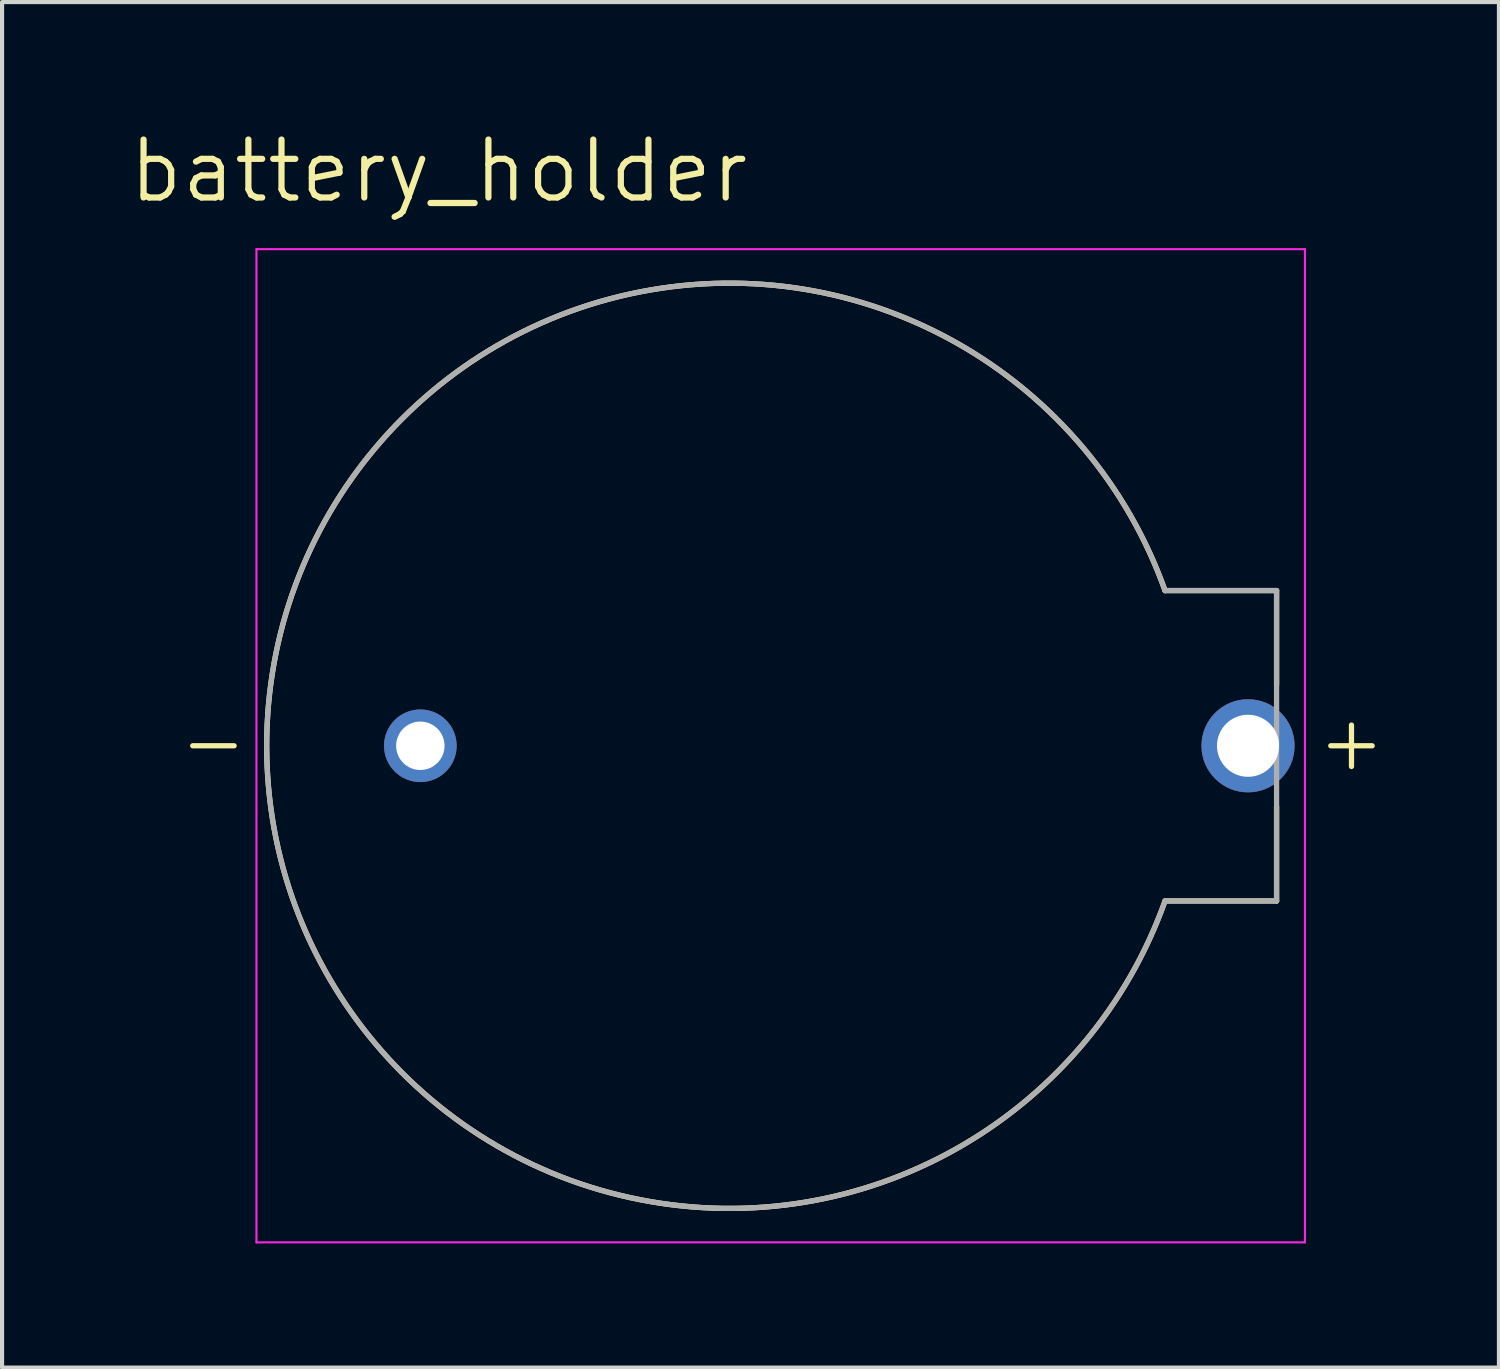
<source format=kicad_pcb>
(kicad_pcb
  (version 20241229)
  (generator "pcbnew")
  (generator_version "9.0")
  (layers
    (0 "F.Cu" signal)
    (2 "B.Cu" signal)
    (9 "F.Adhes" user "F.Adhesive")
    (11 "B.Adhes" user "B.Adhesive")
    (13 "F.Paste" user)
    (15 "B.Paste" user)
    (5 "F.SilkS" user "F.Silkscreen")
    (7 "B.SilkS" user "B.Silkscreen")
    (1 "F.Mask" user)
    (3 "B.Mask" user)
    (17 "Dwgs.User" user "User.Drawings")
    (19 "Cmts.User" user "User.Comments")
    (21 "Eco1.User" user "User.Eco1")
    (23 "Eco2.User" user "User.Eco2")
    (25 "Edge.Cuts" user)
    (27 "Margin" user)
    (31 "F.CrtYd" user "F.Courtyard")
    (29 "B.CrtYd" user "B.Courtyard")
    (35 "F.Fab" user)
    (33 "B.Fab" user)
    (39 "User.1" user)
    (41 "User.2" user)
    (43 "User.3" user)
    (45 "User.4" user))
  (footprint "battery_holder"
    (layer "F.Cu")
    (at 17.107 14.971)
    (property "Reference" "battery_holder" (at -9.555 -13.889 0) (layer "F.SilkS") (effects (font (size 1.4 1.4) (thickness 0.15))))
    (attr through_hole)
    (fp_line (start -15.5 0) (end -14.5 0) (stroke (width 0.127) (type solid)) (layer "F.SilkS"))
    (fp_line (start 10.69 -3.75) (end 7.995 -3.75) (stroke (width 0.127) (type solid)) (layer "F.SilkS"))
    (fp_line (start 10.69 -3.75) (end 10.69 -1.47) (stroke (width 0.127) (type solid)) (layer "F.SilkS"))
    (fp_line (start 10.69 3.75) (end 7.995 3.75) (stroke (width 0.127) (type solid)) (layer "F.SilkS"))
    (fp_line (start 10.69 3.75) (end 10.69 1.47) (stroke (width 0.127) (type solid)) (layer "F.SilkS"))
    (fp_line (start 12 0) (end 13 0) (stroke (width 0.127) (type solid)) (layer "F.SilkS"))
    (fp_line (start 12.5 -0.5) (end 12.5 0.5) (stroke (width 0.127) (type solid)) (layer "F.SilkS"))
    (fp_arc (start 7.995 3.75) (mid -13.712925 0) (end 7.995 -3.75) (stroke (width 0.127) (type solid)) (layer "F.SilkS"))
    (fp_line (start -13.96 -12) (end 11.375 -12) (stroke (width 0.05) (type solid)) (layer "F.CrtYd"))
    (fp_line (start -13.96 12) (end -13.96 -12) (stroke (width 0.05) (type solid)) (layer "F.CrtYd"))
    (fp_line (start 11.375 -12) (end 11.375 12) (stroke (width 0.05) (type solid)) (layer "F.CrtYd"))
    (fp_line (start 11.375 12) (end -13.96 12) (stroke (width 0.05) (type solid)) (layer "F.CrtYd"))
    (fp_line (start 10.69 -3.75) (end 7.995 -3.75) (stroke (width 0.127) (type solid)) (layer "F.Fab"))
    (fp_line (start 10.69 -3.75) (end 10.69 3.75) (stroke (width 0.127) (type solid)) (layer "F.Fab"))
    (fp_line (start 10.69 3.75) (end 7.995 3.75) (stroke (width 0.127) (type solid)) (layer "F.Fab"))
    (fp_arc (start 7.995 3.75) (mid -13.712925 0) (end 7.995 -3.75) (stroke (width 0.127) (type solid)) (layer "F.Fab"))
    (pad "+" thru_hole circle (at 10 0) (size 2.25 2.25) (drill 1.5) (layers "*.Cu" "*.Mask"))
    (pad "-" thru_hole circle (at -10 0) (size 1.755 1.755) (drill 1.17) (layers "*.Cu" "*.Mask")))
  (gr_rect
    (start -3 -3)
    (end 33.17 29.996)
    (stroke (width 0.1) (type default))
    (fill no)
    (layer "Edge.Cuts")))
</source>
